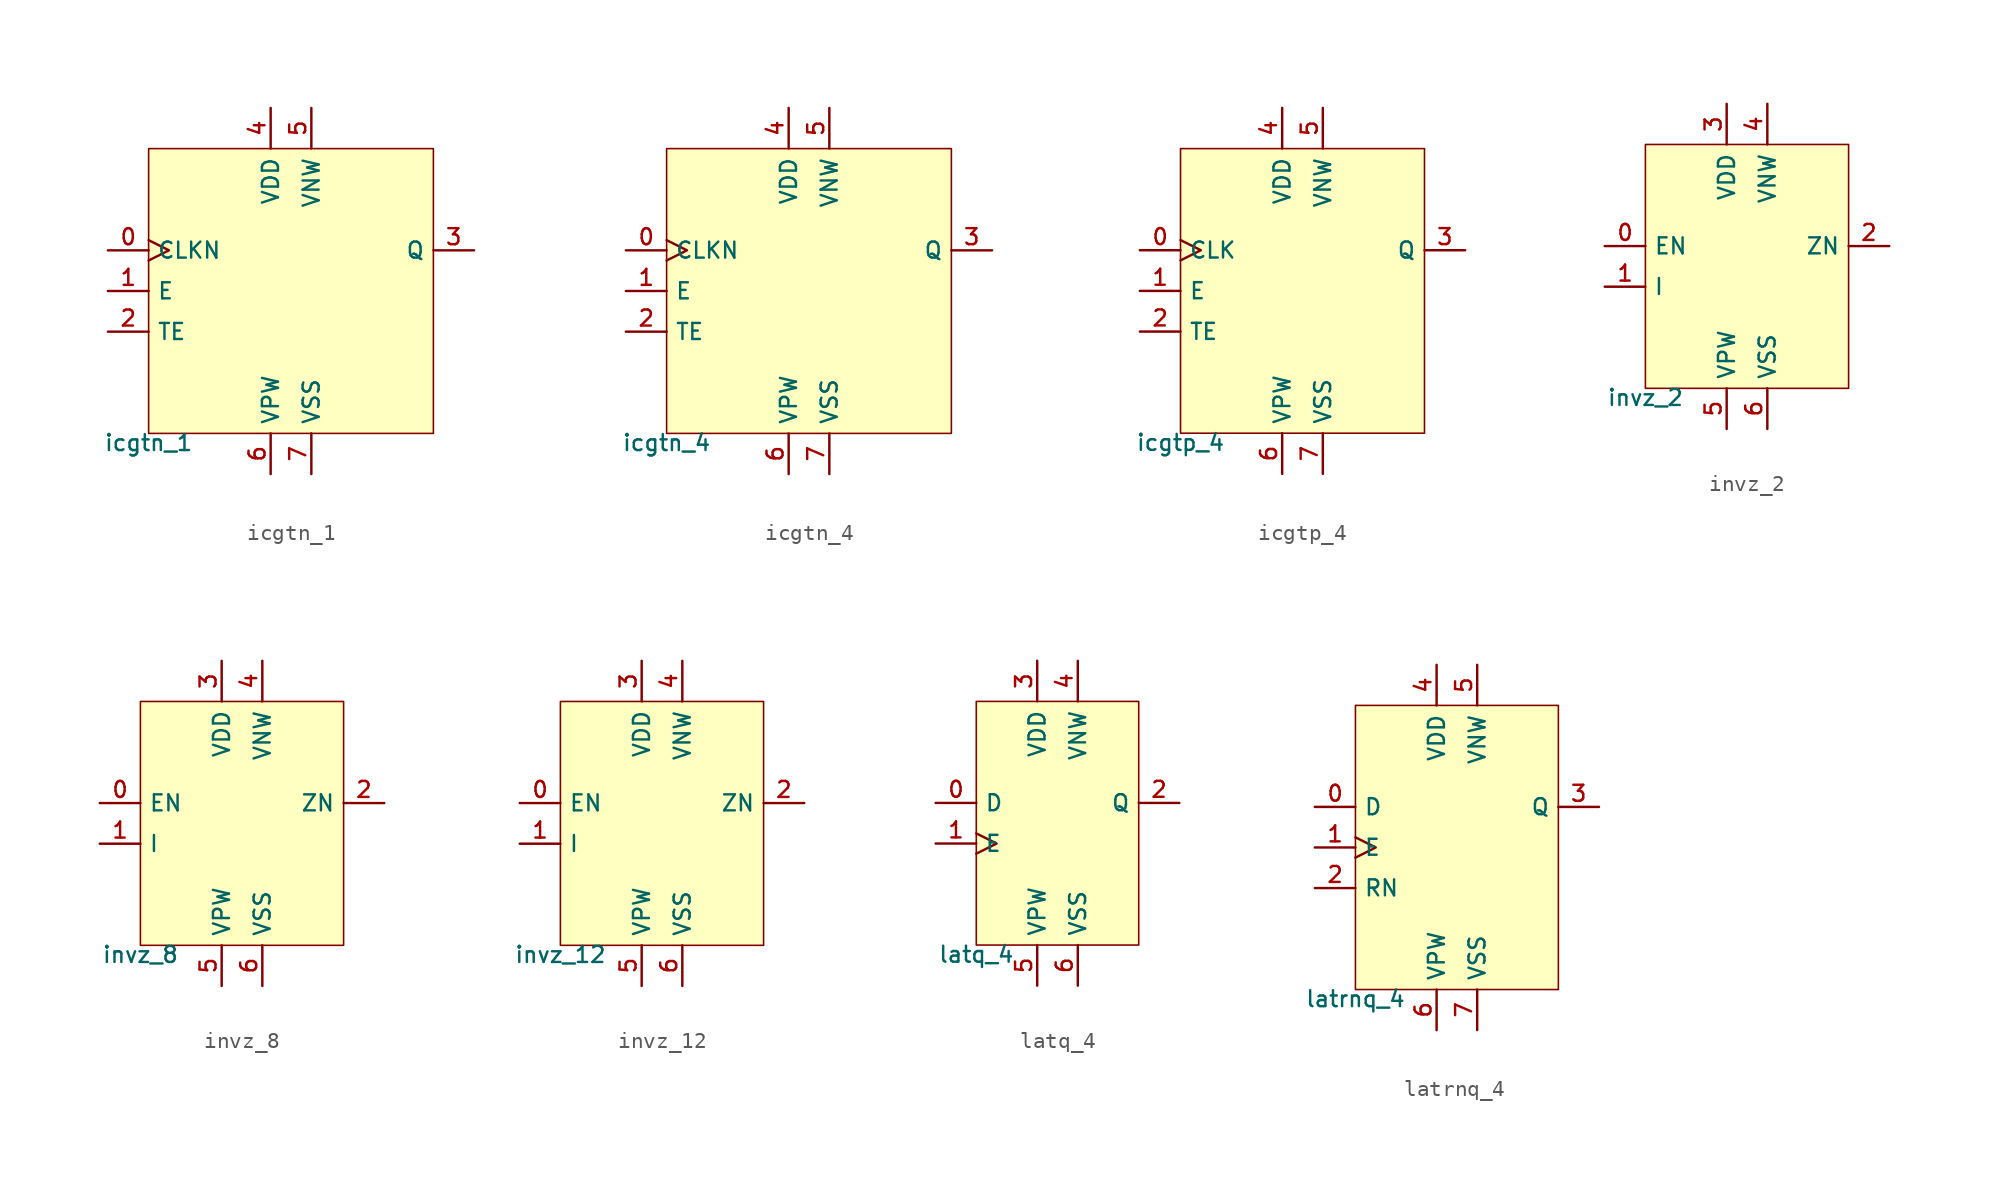
<source format=kicad_sym>
(kicad_symbol_lib
  (version 20211014)
  (generator pdk2kicad)
  (symbol "icgtn_1"
    (property "Reference" "X"
      (at 0 0 0)
      (effects (font (size 1 1)) hide))
    (property "Value" "icgtn_1"
      (at -8.89 -8.89 0)
      (effects (font (size 1 1)) (justify top)))
    (rectangle
      (start -8.89 -8.89)
      (end 8.89 8.89)
      (stroke (width 0.1) (type solid) (color 0 0 0 0))
      (fill (type background)))
    (pin input clock
      (at -11.43 2.54 0)
      (length 2.54)
      (name "CLKN" (effects (font (size 1 1)) hide))
      (number "0" (effects (font (size 1 1)) hide)))
    (pin input line
      (at -11.43 4.440892098500626e-16 0)
      (length 2.54)
      (name "E" (effects (font (size 1 1)) hide))
      (number "1" (effects (font (size 1 1)) hide)))
    (pin input line
      (at -11.43 -2.54 0)
      (length 2.54)
      (name "TE" (effects (font (size 1 1)) hide))
      (number "2" (effects (font (size 1 1)) hide)))
    (pin output line
      (at 11.43 2.54 180)
      (length 2.54)
      (name "Q" (effects (font (size 1 1)) hide))
      (number "3" (effects (font (size 1 1)) hide)))
    (pin power_in line
      (at -1.27 11.43 270)
      (length 2.54)
      (name "VDD" (effects (font (size 1 1)) hide))
      (number "4" (effects (font (size 1 1)) hide)))
    (pin power_in line
      (at 1.27 11.43 270)
      (length 2.54)
      (name "VNW" (effects (font (size 1 1)) hide))
      (number "5" (effects (font (size 1 1)) hide)))
    (pin power_in line
      (at -1.27 -11.43 90)
      (length 2.54)
      (name "VPW" (effects (font (size 1 1)) hide))
      (number "6" (effects (font (size 1 1)) hide)))
    (pin power_in line
      (at 1.27 -11.43 90)
      (length 2.54)
      (name "VSS" (effects (font (size 1 1)) hide))
      (number "7" (effects (font (size 1 1)) hide))))
  (symbol "icgtn_4"
    (property "Reference" "X"
      (at 0 0 0)
      (effects (font (size 1 1)) hide))
    (property "Value" "icgtn_4"
      (at -8.89 -8.89 0)
      (effects (font (size 1 1)) (justify top)))
    (rectangle
      (start -8.89 -8.89)
      (end 8.89 8.89)
      (stroke (width 0.1) (type solid) (color 0 0 0 0))
      (fill (type background)))
    (pin input clock
      (at -11.43 2.54 0)
      (length 2.54)
      (name "CLKN" (effects (font (size 1 1)) hide))
      (number "0" (effects (font (size 1 1)) hide)))
    (pin input line
      (at -11.43 4.440892098500626e-16 0)
      (length 2.54)
      (name "E" (effects (font (size 1 1)) hide))
      (number "1" (effects (font (size 1 1)) hide)))
    (pin input line
      (at -11.43 -2.54 0)
      (length 2.54)
      (name "TE" (effects (font (size 1 1)) hide))
      (number "2" (effects (font (size 1 1)) hide)))
    (pin output line
      (at 11.43 2.54 180)
      (length 2.54)
      (name "Q" (effects (font (size 1 1)) hide))
      (number "3" (effects (font (size 1 1)) hide)))
    (pin power_in line
      (at -1.27 11.43 270)
      (length 2.54)
      (name "VDD" (effects (font (size 1 1)) hide))
      (number "4" (effects (font (size 1 1)) hide)))
    (pin power_in line
      (at 1.27 11.43 270)
      (length 2.54)
      (name "VNW" (effects (font (size 1 1)) hide))
      (number "5" (effects (font (size 1 1)) hide)))
    (pin power_in line
      (at -1.27 -11.43 90)
      (length 2.54)
      (name "VPW" (effects (font (size 1 1)) hide))
      (number "6" (effects (font (size 1 1)) hide)))
    (pin power_in line
      (at 1.27 -11.43 90)
      (length 2.54)
      (name "VSS" (effects (font (size 1 1)) hide))
      (number "7" (effects (font (size 1 1)) hide))))
  (symbol "icgtp_4"
    (property "Reference" "X"
      (at 0 0 0)
      (effects (font (size 1 1)) hide))
    (property "Value" "icgtp_4"
      (at -7.62 -8.89 0)
      (effects (font (size 1 1)) (justify top)))
    (rectangle
      (start -7.62 -8.89)
      (end 7.62 8.89)
      (stroke (width 0.1) (type solid) (color 0 0 0 0))
      (fill (type background)))
    (pin input clock
      (at -10.16 2.54 0)
      (length 2.54)
      (name "CLK" (effects (font (size 1 1)) hide))
      (number "0" (effects (font (size 1 1)) hide)))
    (pin input line
      (at -10.16 4.440892098500626e-16 0)
      (length 2.54)
      (name "E" (effects (font (size 1 1)) hide))
      (number "1" (effects (font (size 1 1)) hide)))
    (pin input line
      (at -10.16 -2.54 0)
      (length 2.54)
      (name "TE" (effects (font (size 1 1)) hide))
      (number "2" (effects (font (size 1 1)) hide)))
    (pin output line
      (at 10.16 2.54 180)
      (length 2.54)
      (name "Q" (effects (font (size 1 1)) hide))
      (number "3" (effects (font (size 1 1)) hide)))
    (pin power_in line
      (at -1.27 11.43 270)
      (length 2.54)
      (name "VDD" (effects (font (size 1 1)) hide))
      (number "4" (effects (font (size 1 1)) hide)))
    (pin power_in line
      (at 1.27 11.43 270)
      (length 2.54)
      (name "VNW" (effects (font (size 1 1)) hide))
      (number "5" (effects (font (size 1 1)) hide)))
    (pin power_in line
      (at -1.27 -11.43 90)
      (length 2.54)
      (name "VPW" (effects (font (size 1 1)) hide))
      (number "6" (effects (font (size 1 1)) hide)))
    (pin power_in line
      (at 1.27 -11.43 90)
      (length 2.54)
      (name "VSS" (effects (font (size 1 1)) hide))
      (number "7" (effects (font (size 1 1)) hide))))
  (symbol "invz_2"
    (property "Reference" "X"
      (at 0 0 0)
      (effects (font (size 1 1)) hide))
    (property "Value" "invz_2"
      (at -6.35 -7.62 0)
      (effects (font (size 1 1)) (justify top)))
    (rectangle
      (start -6.35 -7.62)
      (end 6.35 7.62)
      (stroke (width 0.1) (type solid) (color 0 0 0 0))
      (fill (type background)))
    (pin input line
      (at -8.89 1.27 0)
      (length 2.54)
      (name "EN" (effects (font (size 1 1)) hide))
      (number "0" (effects (font (size 1 1)) hide)))
    (pin input line
      (at -8.89 -1.27 0)
      (length 2.54)
      (name "I" (effects (font (size 1 1)) hide))
      (number "1" (effects (font (size 1 1)) hide)))
    (pin output line
      (at 8.89 1.27 180)
      (length 2.54)
      (name "ZN" (effects (font (size 1 1)) hide))
      (number "2" (effects (font (size 1 1)) hide)))
    (pin power_in line
      (at -1.27 10.16 270)
      (length 2.54)
      (name "VDD" (effects (font (size 1 1)) hide))
      (number "3" (effects (font (size 1 1)) hide)))
    (pin power_in line
      (at 1.27 10.16 270)
      (length 2.54)
      (name "VNW" (effects (font (size 1 1)) hide))
      (number "4" (effects (font (size 1 1)) hide)))
    (pin power_in line
      (at -1.27 -10.16 90)
      (length 2.54)
      (name "VPW" (effects (font (size 1 1)) hide))
      (number "5" (effects (font (size 1 1)) hide)))
    (pin power_in line
      (at 1.27 -10.16 90)
      (length 2.54)
      (name "VSS" (effects (font (size 1 1)) hide))
      (number "6" (effects (font (size 1 1)) hide))))
  (symbol "invz_8"
    (property "Reference" "X"
      (at 0 0 0)
      (effects (font (size 1 1)) hide))
    (property "Value" "invz_8"
      (at -6.35 -7.62 0)
      (effects (font (size 1 1)) (justify top)))
    (rectangle
      (start -6.35 -7.62)
      (end 6.35 7.62)
      (stroke (width 0.1) (type solid) (color 0 0 0 0))
      (fill (type background)))
    (pin input line
      (at -8.89 1.27 0)
      (length 2.54)
      (name "EN" (effects (font (size 1 1)) hide))
      (number "0" (effects (font (size 1 1)) hide)))
    (pin input line
      (at -8.89 -1.27 0)
      (length 2.54)
      (name "I" (effects (font (size 1 1)) hide))
      (number "1" (effects (font (size 1 1)) hide)))
    (pin output line
      (at 8.89 1.27 180)
      (length 2.54)
      (name "ZN" (effects (font (size 1 1)) hide))
      (number "2" (effects (font (size 1 1)) hide)))
    (pin power_in line
      (at -1.27 10.16 270)
      (length 2.54)
      (name "VDD" (effects (font (size 1 1)) hide))
      (number "3" (effects (font (size 1 1)) hide)))
    (pin power_in line
      (at 1.27 10.16 270)
      (length 2.54)
      (name "VNW" (effects (font (size 1 1)) hide))
      (number "4" (effects (font (size 1 1)) hide)))
    (pin power_in line
      (at -1.27 -10.16 90)
      (length 2.54)
      (name "VPW" (effects (font (size 1 1)) hide))
      (number "5" (effects (font (size 1 1)) hide)))
    (pin power_in line
      (at 1.27 -10.16 90)
      (length 2.54)
      (name "VSS" (effects (font (size 1 1)) hide))
      (number "6" (effects (font (size 1 1)) hide))))
  (symbol "invz_12"
    (property "Reference" "X"
      (at 0 0 0)
      (effects (font (size 1 1)) hide))
    (property "Value" "invz_12"
      (at -6.35 -7.62 0)
      (effects (font (size 1 1)) (justify top)))
    (rectangle
      (start -6.35 -7.62)
      (end 6.35 7.62)
      (stroke (width 0.1) (type solid) (color 0 0 0 0))
      (fill (type background)))
    (pin input line
      (at -8.89 1.27 0)
      (length 2.54)
      (name "EN" (effects (font (size 1 1)) hide))
      (number "0" (effects (font (size 1 1)) hide)))
    (pin input line
      (at -8.89 -1.27 0)
      (length 2.54)
      (name "I" (effects (font (size 1 1)) hide))
      (number "1" (effects (font (size 1 1)) hide)))
    (pin output line
      (at 8.89 1.27 180)
      (length 2.54)
      (name "ZN" (effects (font (size 1 1)) hide))
      (number "2" (effects (font (size 1 1)) hide)))
    (pin power_in line
      (at -1.27 10.16 270)
      (length 2.54)
      (name "VDD" (effects (font (size 1 1)) hide))
      (number "3" (effects (font (size 1 1)) hide)))
    (pin power_in line
      (at 1.27 10.16 270)
      (length 2.54)
      (name "VNW" (effects (font (size 1 1)) hide))
      (number "4" (effects (font (size 1 1)) hide)))
    (pin power_in line
      (at -1.27 -10.16 90)
      (length 2.54)
      (name "VPW" (effects (font (size 1 1)) hide))
      (number "5" (effects (font (size 1 1)) hide)))
    (pin power_in line
      (at 1.27 -10.16 90)
      (length 2.54)
      (name "VSS" (effects (font (size 1 1)) hide))
      (number "6" (effects (font (size 1 1)) hide))))
  (symbol "latq_4"
    (property "Reference" "X"
      (at 0 0 0)
      (effects (font (size 1 1)) hide))
    (property "Value" "latq_4"
      (at -5.08 -7.62 0)
      (effects (font (size 1 1)) (justify top)))
    (rectangle
      (start -5.08 -7.62)
      (end 5.08 7.62)
      (stroke (width 0.1) (type solid) (color 0 0 0 0))
      (fill (type background)))
    (pin input line
      (at -7.62 1.27 0)
      (length 2.54)
      (name "D" (effects (font (size 1 1)) hide))
      (number "0" (effects (font (size 1 1)) hide)))
    (pin input clock
      (at -7.62 -1.27 0)
      (length 2.54)
      (name "E" (effects (font (size 1 1)) hide))
      (number "1" (effects (font (size 1 1)) hide)))
    (pin output line
      (at 7.62 1.27 180)
      (length 2.54)
      (name "Q" (effects (font (size 1 1)) hide))
      (number "2" (effects (font (size 1 1)) hide)))
    (pin power_in line
      (at -1.27 10.16 270)
      (length 2.54)
      (name "VDD" (effects (font (size 1 1)) hide))
      (number "3" (effects (font (size 1 1)) hide)))
    (pin power_in line
      (at 1.27 10.16 270)
      (length 2.54)
      (name "VNW" (effects (font (size 1 1)) hide))
      (number "4" (effects (font (size 1 1)) hide)))
    (pin power_in line
      (at -1.27 -10.16 90)
      (length 2.54)
      (name "VPW" (effects (font (size 1 1)) hide))
      (number "5" (effects (font (size 1 1)) hide)))
    (pin power_in line
      (at 1.27 -10.16 90)
      (length 2.54)
      (name "VSS" (effects (font (size 1 1)) hide))
      (number "6" (effects (font (size 1 1)) hide))))
  (symbol "latrnq_4"
    (property "Reference" "X"
      (at 0 0 0)
      (effects (font (size 1 1)) hide))
    (property "Value" "latrnq_4"
      (at -6.35 -8.89 0)
      (effects (font (size 1 1)) (justify top)))
    (rectangle
      (start -6.35 -8.89)
      (end 6.35 8.89)
      (stroke (width 0.1) (type solid) (color 0 0 0 0))
      (fill (type background)))
    (pin input line
      (at -8.89 2.54 0)
      (length 2.54)
      (name "D" (effects (font (size 1 1)) hide))
      (number "0" (effects (font (size 1 1)) hide)))
    (pin input clock
      (at -8.89 4.440892098500626e-16 0)
      (length 2.54)
      (name "E" (effects (font (size 1 1)) hide))
      (number "1" (effects (font (size 1 1)) hide)))
    (pin input line
      (at -8.89 -2.54 0)
      (length 2.54)
      (name "RN" (effects (font (size 1 1)) hide))
      (number "2" (effects (font (size 1 1)) hide)))
    (pin output line
      (at 8.89 2.54 180)
      (length 2.54)
      (name "Q" (effects (font (size 1 1)) hide))
      (number "3" (effects (font (size 1 1)) hide)))
    (pin power_in line
      (at -1.27 11.43 270)
      (length 2.54)
      (name "VDD" (effects (font (size 1 1)) hide))
      (number "4" (effects (font (size 1 1)) hide)))
    (pin power_in line
      (at 1.27 11.43 270)
      (length 2.54)
      (name "VNW" (effects (font (size 1 1)) hide))
      (number "5" (effects (font (size 1 1)) hide)))
    (pin power_in line
      (at -1.27 -11.43 90)
      (length 2.54)
      (name "VPW" (effects (font (size 1 1)) hide))
      (number "6" (effects (font (size 1 1)) hide)))
    (pin power_in line
      (at 1.27 -11.43 90)
      (length 2.54)
      (name "VSS" (effects (font (size 1 1)) hide))
      (number "7" (effects (font (size 1 1)) hide)))))
</source>
